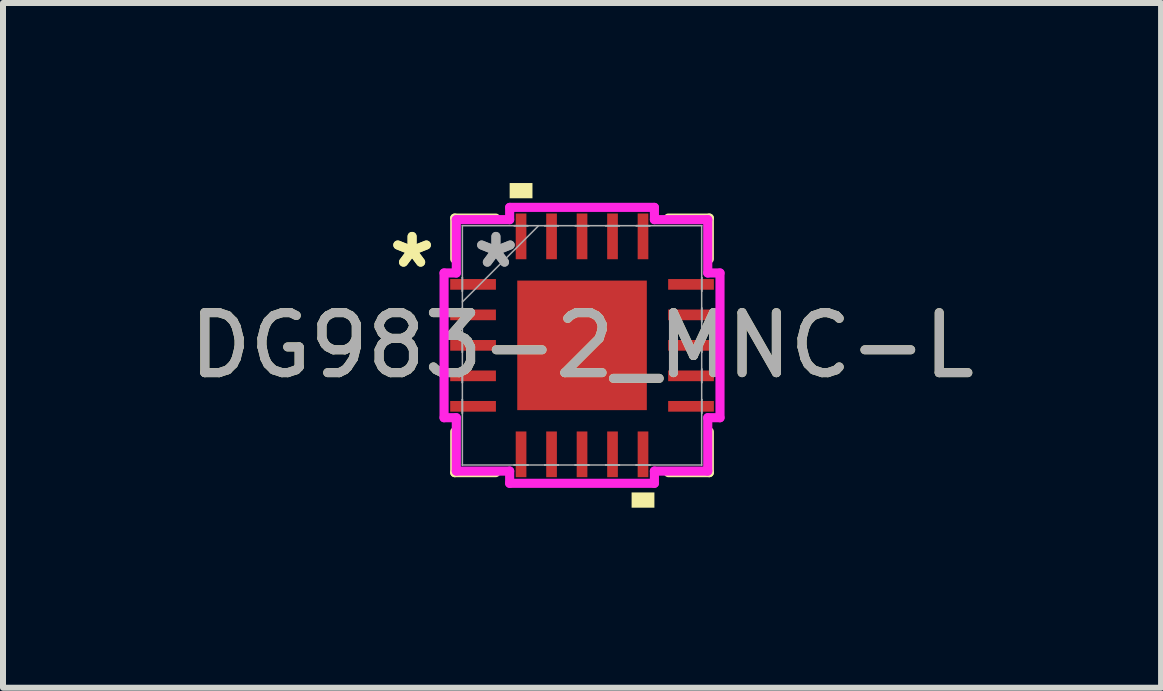
<source format=kicad_pcb>
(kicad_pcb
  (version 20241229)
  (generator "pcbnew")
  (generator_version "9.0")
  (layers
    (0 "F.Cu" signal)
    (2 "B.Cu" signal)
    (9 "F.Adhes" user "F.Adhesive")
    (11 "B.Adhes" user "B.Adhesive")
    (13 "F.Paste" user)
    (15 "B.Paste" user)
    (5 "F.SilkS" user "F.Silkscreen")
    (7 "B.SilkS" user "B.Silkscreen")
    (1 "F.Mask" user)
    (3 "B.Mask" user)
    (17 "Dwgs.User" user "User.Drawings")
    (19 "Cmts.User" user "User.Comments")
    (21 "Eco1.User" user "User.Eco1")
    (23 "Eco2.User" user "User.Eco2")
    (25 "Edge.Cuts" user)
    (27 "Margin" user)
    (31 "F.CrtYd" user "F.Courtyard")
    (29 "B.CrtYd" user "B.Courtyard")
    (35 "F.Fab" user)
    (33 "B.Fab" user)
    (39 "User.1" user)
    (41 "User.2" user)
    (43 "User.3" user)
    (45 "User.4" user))
  (footprint "DG983-2_MNC-L"
    (layer "F.Cu")
    (at 6.649 2.705)
    (property "Reference" "DG983-2_MNC-L" (at 0 0 0) (unlocked yes) (layer "F.SilkS") (effects (font (size 1 1) (thickness 0.15))))
    (attr smd)
    (fp_line (start -2.121 -2.121) (end -2.121 -1.438) (stroke (width 0.152) (type solid)) (layer "F.SilkS"))
    (fp_line (start -2.121 1.438) (end -2.121 2.121) (stroke (width 0.152) (type solid)) (layer "F.SilkS"))
    (fp_line (start -2.121 2.121) (end -1.438 2.121) (stroke (width 0.152) (type solid)) (layer "F.SilkS"))
    (fp_line (start -1.438 -2.121) (end -2.121 -2.121) (stroke (width 0.152) (type solid)) (layer "F.SilkS"))
    (fp_line (start 1.438 2.121) (end 2.121 2.121) (stroke (width 0.152) (type solid)) (layer "F.SilkS"))
    (fp_line (start 2.121 -2.121) (end 1.438 -2.121) (stroke (width 0.152) (type solid)) (layer "F.SilkS"))
    (fp_line (start 2.121 -1.438) (end 2.121 -2.121) (stroke (width 0.152) (type solid)) (layer "F.SilkS"))
    (fp_line (start 2.121 2.121) (end 2.121 1.438) (stroke (width 0.152) (type solid)) (layer "F.SilkS"))
    (fp_poly (pts (xy -1.206 -2.451) (xy -1.206 -2.705) (xy -0.826 -2.705) (xy -0.826 -2.451)) (stroke (width 0) (type solid)) (fill yes) (layer "F.SilkS"))
    (fp_poly (pts (xy 0.826 2.451) (xy 0.826 2.705) (xy 1.206 2.705) (xy 1.206 2.451)) (stroke (width 0) (type solid)) (fill yes) (layer "F.SilkS"))
    (fp_line (start -2.299 -1.206) (end -2.095 -1.206) (stroke (width 0.152) (type solid)) (layer "F.CrtYd"))
    (fp_line (start -2.299 1.206) (end -2.299 -1.206) (stroke (width 0.152) (type solid)) (layer "F.CrtYd"))
    (fp_line (start -2.095 -2.095) (end -1.206 -2.095) (stroke (width 0.152) (type solid)) (layer "F.CrtYd"))
    (fp_line (start -2.095 -1.206) (end -2.095 -2.095) (stroke (width 0.152) (type solid)) (layer "F.CrtYd"))
    (fp_line (start -2.095 1.206) (end -2.299 1.206) (stroke (width 0.152) (type solid)) (layer "F.CrtYd"))
    (fp_line (start -2.095 2.095) (end -2.095 1.206) (stroke (width 0.152) (type solid)) (layer "F.CrtYd"))
    (fp_line (start -1.206 -2.299) (end 1.206 -2.299) (stroke (width 0.152) (type solid)) (layer "F.CrtYd"))
    (fp_line (start -1.206 -2.095) (end -1.206 -2.299) (stroke (width 0.152) (type solid)) (layer "F.CrtYd"))
    (fp_line (start -1.206 2.095) (end -2.095 2.095) (stroke (width 0.152) (type solid)) (layer "F.CrtYd"))
    (fp_line (start -1.206 2.299) (end -1.206 2.095) (stroke (width 0.152) (type solid)) (layer "F.CrtYd"))
    (fp_line (start 1.206 -2.299) (end 1.206 -2.095) (stroke (width 0.152) (type solid)) (layer "F.CrtYd"))
    (fp_line (start 1.206 -2.095) (end 2.095 -2.095) (stroke (width 0.152) (type solid)) (layer "F.CrtYd"))
    (fp_line (start 1.206 2.095) (end 1.206 2.299) (stroke (width 0.152) (type solid)) (layer "F.CrtYd"))
    (fp_line (start 1.206 2.299) (end -1.206 2.299) (stroke (width 0.152) (type solid)) (layer "F.CrtYd"))
    (fp_line (start 2.095 -2.095) (end 2.095 -1.206) (stroke (width 0.152) (type solid)) (layer "F.CrtYd"))
    (fp_line (start 2.095 -1.206) (end 2.299 -1.206) (stroke (width 0.152) (type solid)) (layer "F.CrtYd"))
    (fp_line (start 2.095 1.206) (end 2.095 2.095) (stroke (width 0.152) (type solid)) (layer "F.CrtYd"))
    (fp_line (start 2.095 2.095) (end 1.206 2.095) (stroke (width 0.152) (type solid)) (layer "F.CrtYd"))
    (fp_line (start 2.299 -1.206) (end 2.299 1.206) (stroke (width 0.152) (type solid)) (layer "F.CrtYd"))
    (fp_line (start 2.299 1.206) (end 2.095 1.206) (stroke (width 0.152) (type solid)) (layer "F.CrtYd"))
    (fp_line (start -1.994 -1.994) (end -1.994 -1.994) (stroke (width 0.025) (type solid)) (layer "F.Fab"))
    (fp_line (start -1.994 -1.994) (end -1.994 1.994) (stroke (width 0.025) (type solid)) (layer "F.Fab"))
    (fp_line (start -1.994 -1.13) (end -1.994 -1.13) (stroke (width 0.025) (type solid)) (layer "F.Fab"))
    (fp_line (start -1.994 -1.13) (end -1.994 -0.902) (stroke (width 0.025) (type solid)) (layer "F.Fab"))
    (fp_line (start -1.994 -0.902) (end -1.994 -1.13) (stroke (width 0.025) (type solid)) (layer "F.Fab"))
    (fp_line (start -1.994 -0.902) (end -1.994 -0.902) (stroke (width 0.025) (type solid)) (layer "F.Fab"))
    (fp_line (start -1.994 -0.724) (end -0.724 -1.994) (stroke (width 0.025) (type solid)) (layer "F.Fab"))
    (fp_line (start -1.994 -0.622) (end -1.994 -0.622) (stroke (width 0.025) (type solid)) (layer "F.Fab"))
    (fp_line (start -1.994 -0.622) (end -1.994 -0.394) (stroke (width 0.025) (type solid)) (layer "F.Fab"))
    (fp_line (start -1.994 -0.394) (end -1.994 -0.622) (stroke (width 0.025) (type solid)) (layer "F.Fab"))
    (fp_line (start -1.994 -0.394) (end -1.994 -0.394) (stroke (width 0.025) (type solid)) (layer "F.Fab"))
    (fp_line (start -1.994 -0.114) (end -1.994 -0.114) (stroke (width 0.025) (type solid)) (layer "F.Fab"))
    (fp_line (start -1.994 -0.114) (end -1.994 0.114) (stroke (width 0.025) (type solid)) (layer "F.Fab"))
    (fp_line (start -1.994 0.114) (end -1.994 -0.114) (stroke (width 0.025) (type solid)) (layer "F.Fab"))
    (fp_line (start -1.994 0.114) (end -1.994 0.114) (stroke (width 0.025) (type solid)) (layer "F.Fab"))
    (fp_line (start -1.994 0.394) (end -1.994 0.394) (stroke (width 0.025) (type solid)) (layer "F.Fab"))
    (fp_line (start -1.994 0.394) (end -1.994 0.622) (stroke (width 0.025) (type solid)) (layer "F.Fab"))
    (fp_line (start -1.994 0.622) (end -1.994 0.394) (stroke (width 0.025) (type solid)) (layer "F.Fab"))
    (fp_line (start -1.994 0.622) (end -1.994 0.622) (stroke (width 0.025) (type solid)) (layer "F.Fab"))
    (fp_line (start -1.994 0.902) (end -1.994 0.902) (stroke (width 0.025) (type solid)) (layer "F.Fab"))
    (fp_line (start -1.994 0.902) (end -1.994 1.13) (stroke (width 0.025) (type solid)) (layer "F.Fab"))
    (fp_line (start -1.994 1.13) (end -1.994 0.902) (stroke (width 0.025) (type solid)) (layer "F.Fab"))
    (fp_line (start -1.994 1.13) (end -1.994 1.13) (stroke (width 0.025) (type solid)) (layer "F.Fab"))
    (fp_line (start -1.994 1.994) (end -1.994 1.994) (stroke (width 0.025) (type solid)) (layer "F.Fab"))
    (fp_line (start -1.994 1.994) (end 1.994 1.994) (stroke (width 0.025) (type solid)) (layer "F.Fab"))
    (fp_line (start -1.13 -1.994) (end -1.13 -1.994) (stroke (width 0.025) (type solid)) (layer "F.Fab"))
    (fp_line (start -1.13 -1.994) (end -0.902 -1.994) (stroke (width 0.025) (type solid)) (layer "F.Fab"))
    (fp_line (start -1.13 1.994) (end -1.13 1.994) (stroke (width 0.025) (type solid)) (layer "F.Fab"))
    (fp_line (start -1.13 1.994) (end -0.902 1.994) (stroke (width 0.025) (type solid)) (layer "F.Fab"))
    (fp_line (start -0.902 -1.994) (end -1.13 -1.994) (stroke (width 0.025) (type solid)) (layer "F.Fab"))
    (fp_line (start -0.902 -1.994) (end -0.902 -1.994) (stroke (width 0.025) (type solid)) (layer "F.Fab"))
    (fp_line (start -0.902 1.994) (end -1.13 1.994) (stroke (width 0.025) (type solid)) (layer "F.Fab"))
    (fp_line (start -0.902 1.994) (end -0.902 1.994) (stroke (width 0.025) (type solid)) (layer "F.Fab"))
    (fp_line (start -0.622 -1.994) (end -0.622 -1.994) (stroke (width 0.025) (type solid)) (layer "F.Fab"))
    (fp_line (start -0.622 -1.994) (end -0.394 -1.994) (stroke (width 0.025) (type solid)) (layer "F.Fab"))
    (fp_line (start -0.622 1.994) (end -0.622 1.994) (stroke (width 0.025) (type solid)) (layer "F.Fab"))
    (fp_line (start -0.622 1.994) (end -0.394 1.994) (stroke (width 0.025) (type solid)) (layer "F.Fab"))
    (fp_line (start -0.394 -1.994) (end -0.622 -1.994) (stroke (width 0.025) (type solid)) (layer "F.Fab"))
    (fp_line (start -0.394 -1.994) (end -0.394 -1.994) (stroke (width 0.025) (type solid)) (layer "F.Fab"))
    (fp_line (start -0.394 1.994) (end -0.622 1.994) (stroke (width 0.025) (type solid)) (layer "F.Fab"))
    (fp_line (start -0.394 1.994) (end -0.394 1.994) (stroke (width 0.025) (type solid)) (layer "F.Fab"))
    (fp_line (start -0.114 -1.994) (end -0.114 -1.994) (stroke (width 0.025) (type solid)) (layer "F.Fab"))
    (fp_line (start -0.114 -1.994) (end 0.114 -1.994) (stroke (width 0.025) (type solid)) (layer "F.Fab"))
    (fp_line (start -0.114 1.994) (end -0.114 1.994) (stroke (width 0.025) (type solid)) (layer "F.Fab"))
    (fp_line (start -0.114 1.994) (end 0.114 1.994) (stroke (width 0.025) (type solid)) (layer "F.Fab"))
    (fp_line (start 0.114 -1.994) (end -0.114 -1.994) (stroke (width 0.025) (type solid)) (layer "F.Fab"))
    (fp_line (start 0.114 -1.994) (end 0.114 -1.994) (stroke (width 0.025) (type solid)) (layer "F.Fab"))
    (fp_line (start 0.114 1.994) (end -0.114 1.994) (stroke (width 0.025) (type solid)) (layer "F.Fab"))
    (fp_line (start 0.114 1.994) (end 0.114 1.994) (stroke (width 0.025) (type solid)) (layer "F.Fab"))
    (fp_line (start 0.394 -1.994) (end 0.394 -1.994) (stroke (width 0.025) (type solid)) (layer "F.Fab"))
    (fp_line (start 0.394 -1.994) (end 0.622 -1.994) (stroke (width 0.025) (type solid)) (layer "F.Fab"))
    (fp_line (start 0.394 1.994) (end 0.394 1.994) (stroke (width 0.025) (type solid)) (layer "F.Fab"))
    (fp_line (start 0.394 1.994) (end 0.622 1.994) (stroke (width 0.025) (type solid)) (layer "F.Fab"))
    (fp_line (start 0.622 -1.994) (end 0.394 -1.994) (stroke (width 0.025) (type solid)) (layer "F.Fab"))
    (fp_line (start 0.622 -1.994) (end 0.622 -1.994) (stroke (width 0.025) (type solid)) (layer "F.Fab"))
    (fp_line (start 0.622 1.994) (end 0.394 1.994) (stroke (width 0.025) (type solid)) (layer "F.Fab"))
    (fp_line (start 0.622 1.994) (end 0.622 1.994) (stroke (width 0.025) (type solid)) (layer "F.Fab"))
    (fp_line (start 0.902 -1.994) (end 0.902 -1.994) (stroke (width 0.025) (type solid)) (layer "F.Fab"))
    (fp_line (start 0.902 -1.994) (end 1.13 -1.994) (stroke (width 0.025) (type solid)) (layer "F.Fab"))
    (fp_line (start 0.902 1.994) (end 0.902 1.994) (stroke (width 0.025) (type solid)) (layer "F.Fab"))
    (fp_line (start 0.902 1.994) (end 1.13 1.994) (stroke (width 0.025) (type solid)) (layer "F.Fab"))
    (fp_line (start 1.13 -1.994) (end 0.902 -1.994) (stroke (width 0.025) (type solid)) (layer "F.Fab"))
    (fp_line (start 1.13 -1.994) (end 1.13 -1.994) (stroke (width 0.025) (type solid)) (layer "F.Fab"))
    (fp_line (start 1.13 1.994) (end 0.902 1.994) (stroke (width 0.025) (type solid)) (layer "F.Fab"))
    (fp_line (start 1.13 1.994) (end 1.13 1.994) (stroke (width 0.025) (type solid)) (layer "F.Fab"))
    (fp_line (start 1.994 -1.994) (end -1.994 -1.994) (stroke (width 0.025) (type solid)) (layer "F.Fab"))
    (fp_line (start 1.994 -1.994) (end 1.994 -1.994) (stroke (width 0.025) (type solid)) (layer "F.Fab"))
    (fp_line (start 1.994 -1.13) (end 1.994 -1.13) (stroke (width 0.025) (type solid)) (layer "F.Fab"))
    (fp_line (start 1.994 -1.13) (end 1.994 -0.902) (stroke (width 0.025) (type solid)) (layer "F.Fab"))
    (fp_line (start 1.994 -0.902) (end 1.994 -1.13) (stroke (width 0.025) (type solid)) (layer "F.Fab"))
    (fp_line (start 1.994 -0.902) (end 1.994 -0.902) (stroke (width 0.025) (type solid)) (layer "F.Fab"))
    (fp_line (start 1.994 -0.622) (end 1.994 -0.622) (stroke (width 0.025) (type solid)) (layer "F.Fab"))
    (fp_line (start 1.994 -0.622) (end 1.994 -0.394) (stroke (width 0.025) (type solid)) (layer "F.Fab"))
    (fp_line (start 1.994 -0.394) (end 1.994 -0.622) (stroke (width 0.025) (type solid)) (layer "F.Fab"))
    (fp_line (start 1.994 -0.394) (end 1.994 -0.394) (stroke (width 0.025) (type solid)) (layer "F.Fab"))
    (fp_line (start 1.994 -0.114) (end 1.994 -0.114) (stroke (width 0.025) (type solid)) (layer "F.Fab"))
    (fp_line (start 1.994 -0.114) (end 1.994 0.114) (stroke (width 0.025) (type solid)) (layer "F.Fab"))
    (fp_line (start 1.994 0.114) (end 1.994 -0.114) (stroke (width 0.025) (type solid)) (layer "F.Fab"))
    (fp_line (start 1.994 0.114) (end 1.994 0.114) (stroke (width 0.025) (type solid)) (layer "F.Fab"))
    (fp_line (start 1.994 0.394) (end 1.994 0.394) (stroke (width 0.025) (type solid)) (layer "F.Fab"))
    (fp_line (start 1.994 0.394) (end 1.994 0.622) (stroke (width 0.025) (type solid)) (layer "F.Fab"))
    (fp_line (start 1.994 0.622) (end 1.994 0.394) (stroke (width 0.025) (type solid)) (layer "F.Fab"))
    (fp_line (start 1.994 0.622) (end 1.994 0.622) (stroke (width 0.025) (type solid)) (layer "F.Fab"))
    (fp_line (start 1.994 0.902) (end 1.994 0.902) (stroke (width 0.025) (type solid)) (layer "F.Fab"))
    (fp_line (start 1.994 0.902) (end 1.994 1.13) (stroke (width 0.025) (type solid)) (layer "F.Fab"))
    (fp_line (start 1.994 1.13) (end 1.994 0.902) (stroke (width 0.025) (type solid)) (layer "F.Fab"))
    (fp_line (start 1.994 1.13) (end 1.994 1.13) (stroke (width 0.025) (type solid)) (layer "F.Fab"))
    (fp_line (start 1.994 1.994) (end 1.994 -1.994) (stroke (width 0.025) (type solid)) (layer "F.Fab"))
    (fp_line (start 1.994 1.994) (end 1.994 1.994) (stroke (width 0.025) (type solid)) (layer "F.Fab"))
    (fp_text user "*" (at -2.832 -1.27 0) (layer "F.SilkS") (effects (font (size 1 1) (thickness 0.15))))
    (fp_text user "*" (at -2.832 -1.27 0) (unlocked yes) (layer "F.SilkS") (effects (font (size 1 1) (thickness 0.15))))
    (fp_text user "*" (at -1.435 -1.27 0) (layer "F.Fab") (effects (font (size 1 1) (thickness 0.15))))
    (fp_text user "*" (at -1.435 -1.27 0) (unlocked yes) (layer "F.Fab") (effects (font (size 1 1) (thickness 0.15))))
    (fp_text user "${REFERENCE}" (at 0 0 0) (unlocked yes) (layer "F.Fab") (effects (font (size 1 1) (thickness 0.15))))
    (pad "1" smd rect (at -1.816 -1.016 90) (size 0.178 0.762) (layers "F.Cu" "F.Mask" "F.Paste"))
    (pad "2" smd rect (at -1.816 -0.508 90) (size 0.178 0.762) (layers "F.Cu" "F.Mask" "F.Paste"))
    (pad "3" smd rect (at -1.816 0 90) (size 0.178 0.762) (layers "F.Cu" "F.Mask" "F.Paste"))
    (pad "4" smd rect (at -1.816 0.508 90) (size 0.178 0.762) (layers "F.Cu" "F.Mask" "F.Paste"))
    (pad "5" smd rect (at -1.816 1.016 90) (size 0.178 0.762) (layers "F.Cu" "F.Mask" "F.Paste"))
    (pad "6" smd rect (at -1.016 1.816) (size 0.178 0.762) (layers "F.Cu" "F.Mask" "F.Paste"))
    (pad "7" smd rect (at -0.508 1.816) (size 0.178 0.762) (layers "F.Cu" "F.Mask" "F.Paste"))
    (pad "8" smd rect (at 0 1.816) (size 0.178 0.762) (layers "F.Cu" "F.Mask" "F.Paste"))
    (pad "9" smd rect (at 0.508 1.816) (size 0.178 0.762) (layers "F.Cu" "F.Mask" "F.Paste"))
    (pad "10" smd rect (at 1.016 1.816) (size 0.178 0.762) (layers "F.Cu" "F.Mask" "F.Paste"))
    (pad "11" smd rect (at 1.816 1.016 90) (size 0.178 0.762) (layers "F.Cu" "F.Mask" "F.Paste"))
    (pad "12" smd rect (at 1.816 0.508 90) (size 0.178 0.762) (layers "F.Cu" "F.Mask" "F.Paste"))
    (pad "13" smd rect (at 1.816 0 90) (size 0.178 0.762) (layers "F.Cu" "F.Mask" "F.Paste"))
    (pad "14" smd rect (at 1.816 -0.508 90) (size 0.178 0.762) (layers "F.Cu" "F.Mask" "F.Paste"))
    (pad "15" smd rect (at 1.816 -1.016 90) (size 0.178 0.762) (layers "F.Cu" "F.Mask" "F.Paste"))
    (pad "16" smd rect (at 1.016 -1.816) (size 0.178 0.762) (layers "F.Cu" "F.Mask" "F.Paste"))
    (pad "17" smd rect (at 0.508 -1.816) (size 0.178 0.762) (layers "F.Cu" "F.Mask" "F.Paste"))
    (pad "18" smd rect (at 0 -1.816) (size 0.178 0.762) (layers "F.Cu" "F.Mask" "F.Paste"))
    (pad "19" smd rect (at -0.508 -1.816) (size 0.178 0.762) (layers "F.Cu" "F.Mask" "F.Paste"))
    (pad "20" smd rect (at -1.016 -1.816) (size 0.178 0.762) (layers "F.Cu" "F.Mask" "F.Paste"))
    (pad "21" smd rect (at 0 0) (size 2.159 2.159) (layers "F.Cu" "F.Mask" "F.Paste")))
  (gr_rect
    (start -3 -3)
    (end 16.298 8.41)
    (stroke (width 0.1) (type default))
    (fill no)
    (layer "Edge.Cuts")))
</source>
